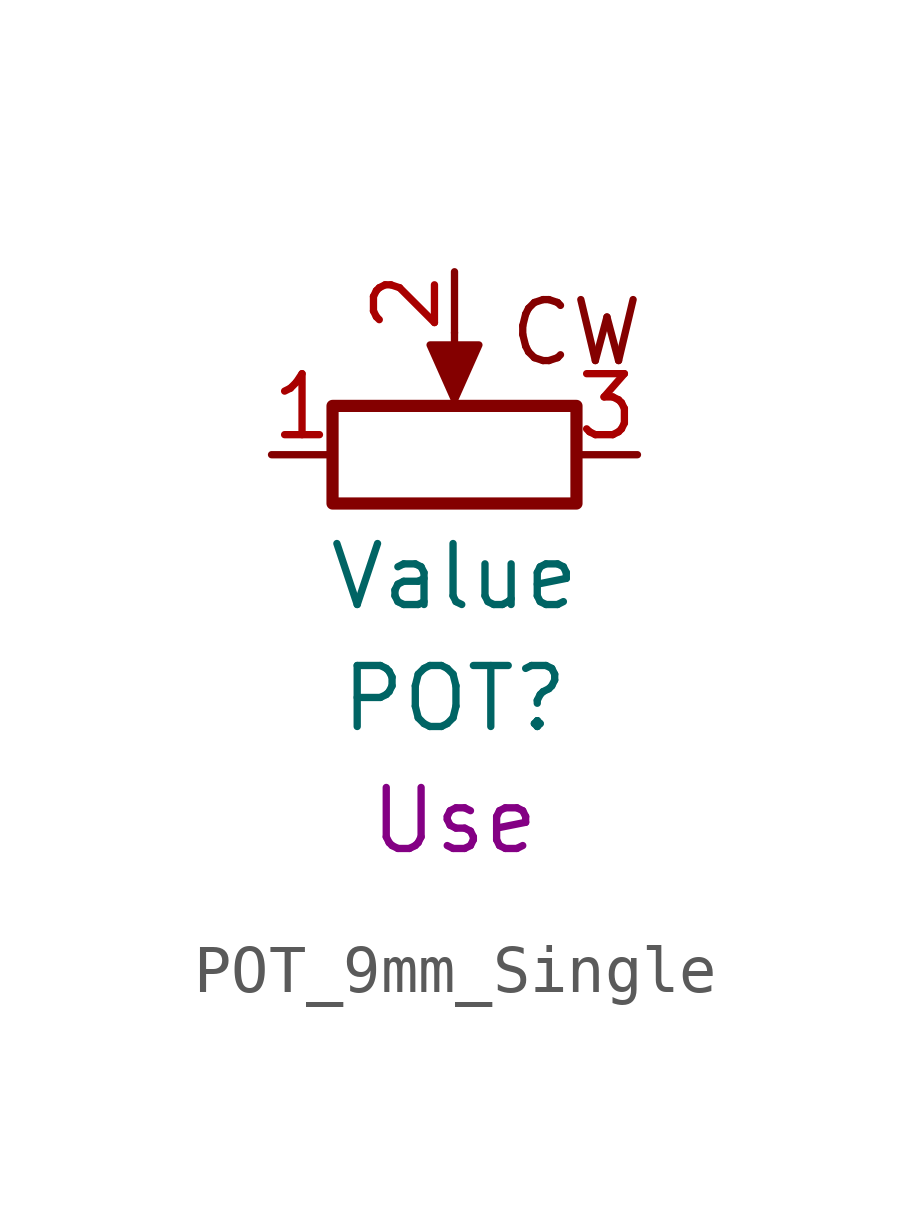
<source format=kicad_sym>
(kicad_symbol_lib
  (version 20241209)
  (generator "kicad_symbol_editor")
  (generator_version "9.0")
  (symbol "POT_9mm_Single"
    (pin_names
      (offset 1.016)
      (hide yes))
    (property "Reference" "POT"
      (at 0 -5.08 0)
      (do_not_autoplace)
      (effects (font (size 1.27 1.27))))
    (property "Value" "Value"
      (at 0 -2.54 0)
      (do_not_autoplace)
      (effects (font (size 1.27 1.27))))
    (property "Description" "Use"
      (at 0 -7.62 0)
      (do_not_autoplace)
      (effects (font (size 1.27 1.27))))
    (symbol "POT_9mm_Single_0_1"
      (rectangle (start -2.54 1.016) (end 2.54 -1.016) (stroke (width 0.254) (type default)) (fill (type none)))
      (polyline (pts (xy 0 2.54) (xy 0 1.524)) (stroke (width 0) (type default)) (fill (type none)))
      (polyline (pts (xy 0 1.143) (xy -0.508 2.286) (xy 0.508 2.286) (xy 0 1.143)) (stroke (width 0) (type default)) (fill (type outline)))
      (text "CW" (at 2.54 2.54 0) (effects (font (size 1.27 1.27)))))
    (symbol "POT_9mm_Single_1_1"
      (pin passive line (at -3.81 0 0) (length 1.27) (name "1" (effects (font (size 1.27 1.27)))) (number "1" (effects (font (size 1.27 1.27)))))
      (pin passive line (at 0 3.81 270) (length 1.27) (name "2" (effects (font (size 1.27 1.27)))) (number "2" (effects (font (size 1.27 1.27)))))
      (pin passive line (at 3.81 0 180) (length 1.27) (name "3" (effects (font (size 1.27 1.27)))) (number "3" (effects (font (size 1.27 1.27))))))))
</source>
